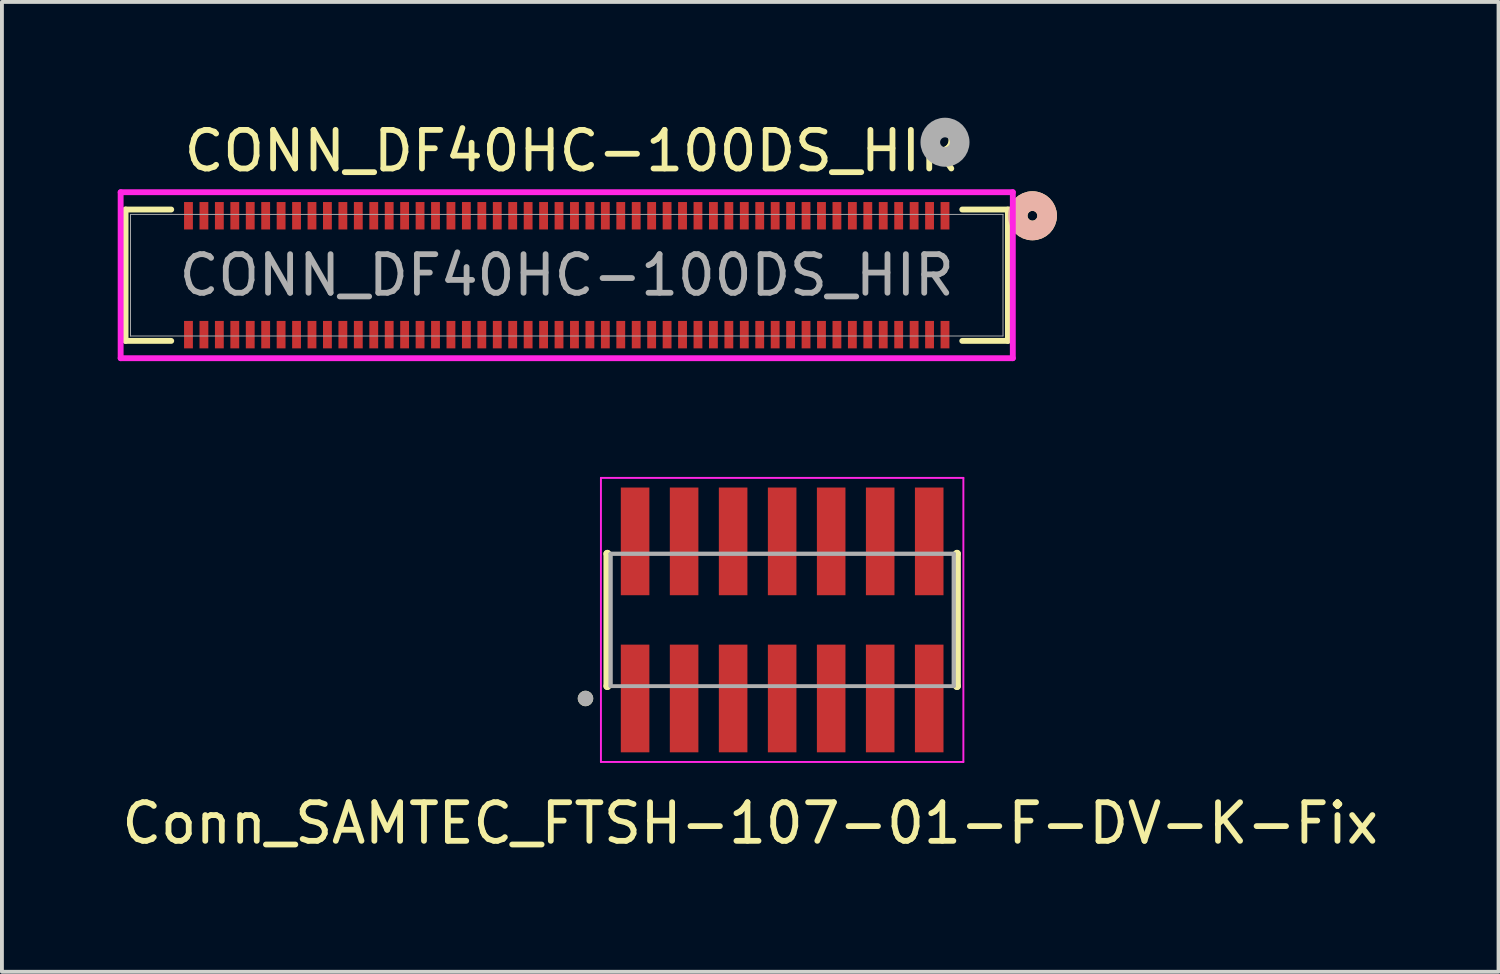
<source format=kicad_pcb>
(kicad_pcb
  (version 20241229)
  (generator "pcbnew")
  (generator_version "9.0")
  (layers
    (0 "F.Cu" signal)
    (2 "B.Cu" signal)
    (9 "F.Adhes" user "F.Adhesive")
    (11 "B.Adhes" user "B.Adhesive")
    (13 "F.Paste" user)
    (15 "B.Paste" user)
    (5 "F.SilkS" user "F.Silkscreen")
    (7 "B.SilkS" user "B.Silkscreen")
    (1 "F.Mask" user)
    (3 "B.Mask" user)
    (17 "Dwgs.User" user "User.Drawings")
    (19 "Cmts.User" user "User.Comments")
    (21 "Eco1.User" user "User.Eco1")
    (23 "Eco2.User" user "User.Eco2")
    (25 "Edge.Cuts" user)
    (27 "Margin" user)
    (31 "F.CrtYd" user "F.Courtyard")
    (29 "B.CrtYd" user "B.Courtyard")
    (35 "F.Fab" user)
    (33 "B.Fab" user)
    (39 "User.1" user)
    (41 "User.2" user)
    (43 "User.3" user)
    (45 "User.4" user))
  (footprint "Conn_SAMTEC_FTSH-107-01-F-DV-K-Fix"
    (layer "F.Cu")
    (at 17.214 13.011)
    (property "Reference" "Conn_SAMTEC_FTSH-107-01-F-DV-K-Fix" (at -0.827 5.268 0) (layer "F.SilkS") (effects (font (size 1 1) (thickness 0.15))))
    (attr smd dnp)
    (fp_line (start -4.53 -1.715) (end -4.53 -1.715) (stroke (width 0.2) (type solid)) (layer "F.SilkS"))
    (fp_line (start -4.53 1.715) (end -4.53 -1.715) (stroke (width 0.2) (type solid)) (layer "F.SilkS"))
    (fp_line (start -4.53 1.715) (end -4.53 1.715) (stroke (width 0.2) (type solid)) (layer "F.SilkS"))
    (fp_line (start 4.53 -1.715) (end 4.53 -1.715) (stroke (width 0.2) (type solid)) (layer "F.SilkS"))
    (fp_line (start 4.53 -1.715) (end 4.53 1.715) (stroke (width 0.2) (type solid)) (layer "F.SilkS"))
    (fp_line (start 4.53 1.715) (end 4.53 1.715) (stroke (width 0.2) (type solid)) (layer "F.SilkS"))
    (fp_circle (center -5.095 2.035) (end -4.995 2.035) (stroke (width 0.2) (type solid)) (fill no) (layer "F.SilkS"))
    (fp_line (start -4.695 -3.68) (end 4.695 -3.68) (stroke (width 0.05) (type solid)) (layer "F.CrtYd"))
    (fp_line (start -4.695 3.68) (end -4.695 -3.68) (stroke (width 0.05) (type solid)) (layer "F.CrtYd"))
    (fp_line (start 4.695 -3.68) (end 4.695 3.68) (stroke (width 0.05) (type solid)) (layer "F.CrtYd"))
    (fp_line (start 4.695 3.68) (end -4.695 3.68) (stroke (width 0.05) (type solid)) (layer "F.CrtYd"))
    (fp_line (start -4.445 -1.715) (end 4.445 -1.715) (stroke (width 0.1) (type solid)) (layer "F.Fab"))
    (fp_line (start -4.445 -1.715) (end 4.445 -1.715) (stroke (width 0.1) (type solid)) (layer "F.Fab"))
    (fp_line (start -4.445 1.715) (end -4.445 -1.715) (stroke (width 0.1) (type solid)) (layer "F.Fab"))
    (fp_line (start -4.445 1.715) (end -4.445 -1.715) (stroke (width 0.1) (type solid)) (layer "F.Fab"))
    (fp_line (start 4.445 -1.715) (end 4.445 1.715) (stroke (width 0.1) (type solid)) (layer "F.Fab"))
    (fp_line (start 4.445 -1.715) (end 4.445 1.715) (stroke (width 0.1) (type solid)) (layer "F.Fab"))
    (fp_line (start 4.445 1.715) (end -4.445 1.715) (stroke (width 0.1) (type solid)) (layer "F.Fab"))
    (fp_circle (center -5.095 2.035) (end -4.995 2.035) (stroke (width 0.2) (type solid)) (fill no) (layer "F.Fab"))
    (pad "1" smd rect (at -3.81 2.035) (size 0.74 2.79) (layers "F.Cu" "F.Mask" "F.Paste"))
    (pad "2" smd rect (at -3.81 -2.035) (size 0.74 2.79) (layers "F.Cu" "F.Mask" "F.Paste"))
    (pad "3" smd rect (at -2.54 2.035) (size 0.74 2.79) (layers "F.Cu" "F.Mask" "F.Paste"))
    (pad "4" smd rect (at -2.54 -2.035) (size 0.74 2.79) (layers "F.Cu" "F.Mask" "F.Paste"))
    (pad "5" smd rect (at -1.27 2.035) (size 0.74 2.79) (layers "F.Cu" "F.Mask" "F.Paste"))
    (pad "6" smd rect (at -1.27 -2.035) (size 0.74 2.79) (layers "F.Cu" "F.Mask" "F.Paste"))
    (pad "7" smd rect (at 0 2.035) (size 0.74 2.79) (layers "F.Cu" "F.Mask" "F.Paste"))
    (pad "8" smd rect (at 0 -2.035) (size 0.74 2.79) (layers "F.Cu" "F.Mask" "F.Paste"))
    (pad "9" smd rect (at 1.27 2.035) (size 0.74 2.79) (layers "F.Cu" "F.Mask" "F.Paste"))
    (pad "10" smd rect (at 1.27 -2.035) (size 0.74 2.79) (layers "F.Cu" "F.Mask" "F.Paste"))
    (pad "11" smd rect (at 2.54 2.035) (size 0.74 2.79) (layers "F.Cu" "F.Mask" "F.Paste"))
    (pad "12" smd rect (at 2.54 -2.035) (size 0.74 2.79) (layers "F.Cu" "F.Mask" "F.Paste"))
    (pad "13" smd rect (at 3.81 2.035) (size 0.74 2.79) (layers "F.Cu" "F.Mask" "F.Paste"))
    (pad "14" smd rect (at 3.81 -2.035) (size 0.74 2.79) (layers "F.Cu" "F.Mask" "F.Paste")))
  (footprint "CONN_DF40HC-100DS_HIR"
    (layer "F.Cu")
    (at 11.633 4.08)
    (property "Reference" "CONN_DF40HC-100DS_HIR" (at 0.13 -3.22 0) (unlocked yes) (layer "F.SilkS") (effects (font (size 1 1) (thickness 0.15))))
    (attr smd)
    (fp_line (start -11.43 -1.702) (end -11.43 1.702) (stroke (width 0.152) (type solid)) (layer "F.SilkS"))
    (fp_line (start -11.43 1.702) (end -10.247 1.702) (stroke (width 0.152) (type solid)) (layer "F.SilkS"))
    (fp_line (start -10.247 -1.702) (end -11.43 -1.702) (stroke (width 0.152) (type solid)) (layer "F.SilkS"))
    (fp_line (start 10.247 1.702) (end 11.43 1.702) (stroke (width 0.152) (type solid)) (layer "F.SilkS"))
    (fp_line (start 11.43 -1.702) (end 10.247 -1.702) (stroke (width 0.152) (type solid)) (layer "F.SilkS"))
    (fp_line (start 11.43 1.702) (end 11.43 -1.702) (stroke (width 0.152) (type solid)) (layer "F.SilkS"))
    (fp_circle (center 12.065 -1.54) (end 12.446 -1.54) (stroke (width 0.508) (type solid)) (fill no) (layer "F.SilkS"))
    (fp_circle (center 12.065 -1.54) (end 12.446 -1.54) (stroke (width 0.508) (type solid)) (fill no) (layer "B.SilkS"))
    (fp_line (start -11.557 -2.15) (end -11.557 2.15) (stroke (width 0.152) (type solid)) (layer "F.CrtYd"))
    (fp_line (start -11.557 2.15) (end 11.557 2.15) (stroke (width 0.152) (type solid)) (layer "F.CrtYd"))
    (fp_line (start 11.557 -2.15) (end -11.557 -2.15) (stroke (width 0.152) (type solid)) (layer "F.CrtYd"))
    (fp_line (start 11.557 2.15) (end 11.557 -2.15) (stroke (width 0.152) (type solid)) (layer "F.CrtYd"))
    (fp_line (start -11.303 -1.575) (end -11.303 1.575) (stroke (width 0.025) (type solid)) (layer "F.Fab"))
    (fp_line (start -11.303 1.575) (end 11.303 1.575) (stroke (width 0.025) (type solid)) (layer "F.Fab"))
    (fp_line (start 11.303 -1.575) (end -11.303 -1.575) (stroke (width 0.025) (type solid)) (layer "F.Fab"))
    (fp_line (start 11.303 1.575) (end 11.303 -1.575) (stroke (width 0.025) (type solid)) (layer "F.Fab"))
    (fp_circle (center 9.8 -3.445) (end 10.181 -3.445) (stroke (width 0.508) (type solid)) (fill no) (layer "F.Fab"))
    (fp_text user "${REFERENCE}" (at 0 0 0) (unlocked yes) (layer "F.Fab") (effects (font (size 1 1) (thickness 0.15))))
    (pad "1" smd rect (at 9.8 -1.54) (size 0.229 0.711) (layers "F.Cu" "F.Mask" "F.Paste"))
    (pad "2" smd rect (at 9.4 -1.54) (size 0.229 0.711) (layers "F.Cu" "F.Mask" "F.Paste"))
    (pad "3" smd rect (at 9 -1.54) (size 0.229 0.711) (layers "F.Cu" "F.Mask" "F.Paste"))
    (pad "4" smd rect (at 8.6 -1.54) (size 0.229 0.711) (layers "F.Cu" "F.Mask" "F.Paste"))
    (pad "5" smd rect (at 8.2 -1.54) (size 0.229 0.711) (layers "F.Cu" "F.Mask" "F.Paste"))
    (pad "6" smd rect (at 7.8 -1.54) (size 0.229 0.711) (layers "F.Cu" "F.Mask" "F.Paste"))
    (pad "7" smd rect (at 7.4 -1.54) (size 0.229 0.711) (layers "F.Cu" "F.Mask" "F.Paste"))
    (pad "8" smd rect (at 7 -1.54) (size 0.229 0.711) (layers "F.Cu" "F.Mask" "F.Paste"))
    (pad "9" smd rect (at 6.6 -1.54) (size 0.229 0.711) (layers "F.Cu" "F.Mask" "F.Paste"))
    (pad "10" smd rect (at 6.2 -1.54) (size 0.229 0.711) (layers "F.Cu" "F.Mask" "F.Paste"))
    (pad "11" smd rect (at 5.8 -1.54) (size 0.229 0.711) (layers "F.Cu" "F.Mask" "F.Paste"))
    (pad "12" smd rect (at 5.4 -1.54) (size 0.229 0.711) (layers "F.Cu" "F.Mask" "F.Paste"))
    (pad "13" smd rect (at 5 -1.54) (size 0.229 0.711) (layers "F.Cu" "F.Mask" "F.Paste"))
    (pad "14" smd rect (at 4.6 -1.54) (size 0.229 0.711) (layers "F.Cu" "F.Mask" "F.Paste"))
    (pad "15" smd rect (at 4.2 -1.54) (size 0.229 0.711) (layers "F.Cu" "F.Mask" "F.Paste"))
    (pad "16" smd rect (at 3.8 -1.54) (size 0.229 0.711) (layers "F.Cu" "F.Mask" "F.Paste"))
    (pad "17" smd rect (at 3.4 -1.54) (size 0.229 0.711) (layers "F.Cu" "F.Mask" "F.Paste"))
    (pad "18" smd rect (at 3 -1.54) (size 0.229 0.711) (layers "F.Cu" "F.Mask" "F.Paste"))
    (pad "19" smd rect (at 2.6 -1.54) (size 0.229 0.711) (layers "F.Cu" "F.Mask" "F.Paste"))
    (pad "20" smd rect (at 2.2 -1.54) (size 0.229 0.711) (layers "F.Cu" "F.Mask" "F.Paste"))
    (pad "21" smd rect (at 1.8 -1.54) (size 0.229 0.711) (layers "F.Cu" "F.Mask" "F.Paste"))
    (pad "22" smd rect (at 1.4 -1.54) (size 0.229 0.711) (layers "F.Cu" "F.Mask" "F.Paste"))
    (pad "23" smd rect (at 1 -1.54) (size 0.229 0.711) (layers "F.Cu" "F.Mask" "F.Paste"))
    (pad "24" smd rect (at 0.6 -1.54) (size 0.229 0.711) (layers "F.Cu" "F.Mask" "F.Paste"))
    (pad "25" smd rect (at 0.2 -1.54) (size 0.229 0.711) (layers "F.Cu" "F.Mask" "F.Paste"))
    (pad "26" smd rect (at -0.2 -1.54) (size 0.229 0.711) (layers "F.Cu" "F.Mask" "F.Paste"))
    (pad "27" smd rect (at -0.6 -1.54) (size 0.229 0.711) (layers "F.Cu" "F.Mask" "F.Paste"))
    (pad "28" smd rect (at -1 -1.54) (size 0.229 0.711) (layers "F.Cu" "F.Mask" "F.Paste"))
    (pad "29" smd rect (at -1.4 -1.54) (size 0.229 0.711) (layers "F.Cu" "F.Mask" "F.Paste"))
    (pad "30" smd rect (at -1.8 -1.54) (size 0.229 0.711) (layers "F.Cu" "F.Mask" "F.Paste"))
    (pad "31" smd rect (at -2.2 -1.54) (size 0.229 0.711) (layers "F.Cu" "F.Mask" "F.Paste"))
    (pad "32" smd rect (at -2.6 -1.54) (size 0.229 0.711) (layers "F.Cu" "F.Mask" "F.Paste"))
    (pad "33" smd rect (at -3 -1.54) (size 0.229 0.711) (layers "F.Cu" "F.Mask" "F.Paste"))
    (pad "34" smd rect (at -3.4 -1.54) (size 0.229 0.711) (layers "F.Cu" "F.Mask" "F.Paste"))
    (pad "35" smd rect (at -3.8 -1.54) (size 0.229 0.711) (layers "F.Cu" "F.Mask" "F.Paste"))
    (pad "36" smd rect (at -4.2 -1.54) (size 0.229 0.711) (layers "F.Cu" "F.Mask" "F.Paste"))
    (pad "37" smd rect (at -4.6 -1.54) (size 0.229 0.711) (layers "F.Cu" "F.Mask" "F.Paste"))
    (pad "38" smd rect (at -5 -1.54) (size 0.229 0.711) (layers "F.Cu" "F.Mask" "F.Paste"))
    (pad "39" smd rect (at -5.4 -1.54) (size 0.229 0.711) (layers "F.Cu" "F.Mask" "F.Paste"))
    (pad "40" smd rect (at -5.8 -1.54) (size 0.229 0.711) (layers "F.Cu" "F.Mask" "F.Paste"))
    (pad "41" smd rect (at -6.2 -1.54) (size 0.229 0.711) (layers "F.Cu" "F.Mask" "F.Paste"))
    (pad "42" smd rect (at -6.6 -1.54) (size 0.229 0.711) (layers "F.Cu" "F.Mask" "F.Paste"))
    (pad "43" smd rect (at -7 -1.54) (size 0.229 0.711) (layers "F.Cu" "F.Mask" "F.Paste"))
    (pad "44" smd rect (at -7.4 -1.54) (size 0.229 0.711) (layers "F.Cu" "F.Mask" "F.Paste"))
    (pad "45" smd rect (at -7.8 -1.54) (size 0.229 0.711) (layers "F.Cu" "F.Mask" "F.Paste"))
    (pad "46" smd rect (at -8.2 -1.54) (size 0.229 0.711) (layers "F.Cu" "F.Mask" "F.Paste"))
    (pad "47" smd rect (at -8.6 -1.54) (size 0.229 0.711) (layers "F.Cu" "F.Mask" "F.Paste"))
    (pad "48" smd rect (at -9 -1.54) (size 0.229 0.711) (layers "F.Cu" "F.Mask" "F.Paste"))
    (pad "49" smd rect (at -9.4 -1.54) (size 0.229 0.711) (layers "F.Cu" "F.Mask" "F.Paste"))
    (pad "50" smd rect (at -9.8 -1.54) (size 0.229 0.711) (layers "F.Cu" "F.Mask" "F.Paste"))
    (pad "51" smd rect (at 9.8 1.54) (size 0.229 0.711) (layers "F.Cu" "F.Mask" "F.Paste"))
    (pad "52" smd rect (at 9.4 1.54) (size 0.229 0.711) (layers "F.Cu" "F.Mask" "F.Paste"))
    (pad "53" smd rect (at 9 1.54) (size 0.229 0.711) (layers "F.Cu" "F.Mask" "F.Paste"))
    (pad "54" smd rect (at 8.6 1.54) (size 0.229 0.711) (layers "F.Cu" "F.Mask" "F.Paste"))
    (pad "55" smd rect (at 8.2 1.54) (size 0.229 0.711) (layers "F.Cu" "F.Mask" "F.Paste"))
    (pad "56" smd rect (at 7.8 1.54) (size 0.229 0.711) (layers "F.Cu" "F.Mask" "F.Paste"))
    (pad "57" smd rect (at 7.4 1.54) (size 0.229 0.711) (layers "F.Cu" "F.Mask" "F.Paste"))
    (pad "58" smd rect (at 7 1.54) (size 0.229 0.711) (layers "F.Cu" "F.Mask" "F.Paste"))
    (pad "59" smd rect (at 6.6 1.54) (size 0.229 0.711) (layers "F.Cu" "F.Mask" "F.Paste"))
    (pad "60" smd rect (at 6.2 1.54) (size 0.229 0.711) (layers "F.Cu" "F.Mask" "F.Paste"))
    (pad "61" smd rect (at 5.8 1.54) (size 0.229 0.711) (layers "F.Cu" "F.Mask" "F.Paste"))
    (pad "62" smd rect (at 5.4 1.54) (size 0.229 0.711) (layers "F.Cu" "F.Mask" "F.Paste"))
    (pad "63" smd rect (at 5 1.54) (size 0.229 0.711) (layers "F.Cu" "F.Mask" "F.Paste"))
    (pad "64" smd rect (at 4.6 1.54) (size 0.229 0.711) (layers "F.Cu" "F.Mask" "F.Paste"))
    (pad "65" smd rect (at 4.2 1.54) (size 0.229 0.711) (layers "F.Cu" "F.Mask" "F.Paste"))
    (pad "66" smd rect (at 3.8 1.54) (size 0.229 0.711) (layers "F.Cu" "F.Mask" "F.Paste"))
    (pad "67" smd rect (at 3.4 1.54) (size 0.229 0.711) (layers "F.Cu" "F.Mask" "F.Paste"))
    (pad "68" smd rect (at 3 1.54) (size 0.229 0.711) (layers "F.Cu" "F.Mask" "F.Paste"))
    (pad "69" smd rect (at 2.6 1.54) (size 0.229 0.711) (layers "F.Cu" "F.Mask" "F.Paste"))
    (pad "70" smd rect (at 2.2 1.54) (size 0.229 0.711) (layers "F.Cu" "F.Mask" "F.Paste"))
    (pad "71" smd rect (at 1.8 1.54) (size 0.229 0.711) (layers "F.Cu" "F.Mask" "F.Paste"))
    (pad "72" smd rect (at 1.4 1.54) (size 0.229 0.711) (layers "F.Cu" "F.Mask" "F.Paste"))
    (pad "73" smd rect (at 1 1.54) (size 0.229 0.711) (layers "F.Cu" "F.Mask" "F.Paste"))
    (pad "74" smd rect (at 0.6 1.54) (size 0.229 0.711) (layers "F.Cu" "F.Mask" "F.Paste"))
    (pad "75" smd rect (at 0.2 1.54) (size 0.229 0.711) (layers "F.Cu" "F.Mask" "F.Paste"))
    (pad "76" smd rect (at -0.2 1.54) (size 0.229 0.711) (layers "F.Cu" "F.Mask" "F.Paste"))
    (pad "77" smd rect (at -0.6 1.54) (size 0.229 0.711) (layers "F.Cu" "F.Mask" "F.Paste"))
    (pad "78" smd rect (at -1 1.54) (size 0.229 0.711) (layers "F.Cu" "F.Mask" "F.Paste"))
    (pad "79" smd rect (at -1.4 1.54) (size 0.229 0.711) (layers "F.Cu" "F.Mask" "F.Paste"))
    (pad "80" smd rect (at -1.8 1.54) (size 0.229 0.711) (layers "F.Cu" "F.Mask" "F.Paste"))
    (pad "81" smd rect (at -2.2 1.54) (size 0.229 0.711) (layers "F.Cu" "F.Mask" "F.Paste"))
    (pad "82" smd rect (at -2.6 1.54) (size 0.229 0.711) (layers "F.Cu" "F.Mask" "F.Paste"))
    (pad "83" smd rect (at -3 1.54) (size 0.229 0.711) (layers "F.Cu" "F.Mask" "F.Paste"))
    (pad "84" smd rect (at -3.4 1.54) (size 0.229 0.711) (layers "F.Cu" "F.Mask" "F.Paste"))
    (pad "85" smd rect (at -3.8 1.54) (size 0.229 0.711) (layers "F.Cu" "F.Mask" "F.Paste"))
    (pad "86" smd rect (at -4.2 1.54) (size 0.229 0.711) (layers "F.Cu" "F.Mask" "F.Paste"))
    (pad "87" smd rect (at -4.6 1.54) (size 0.229 0.711) (layers "F.Cu" "F.Mask" "F.Paste"))
    (pad "88" smd rect (at -5 1.54) (size 0.229 0.711) (layers "F.Cu" "F.Mask" "F.Paste"))
    (pad "89" smd rect (at -5.4 1.54) (size 0.229 0.711) (layers "F.Cu" "F.Mask" "F.Paste"))
    (pad "90" smd rect (at -5.8 1.54) (size 0.229 0.711) (layers "F.Cu" "F.Mask" "F.Paste"))
    (pad "91" smd rect (at -6.2 1.54) (size 0.229 0.711) (layers "F.Cu" "F.Mask" "F.Paste"))
    (pad "92" smd rect (at -6.6 1.54) (size 0.229 0.711) (layers "F.Cu" "F.Mask" "F.Paste"))
    (pad "93" smd rect (at -7 1.54) (size 0.229 0.711) (layers "F.Cu" "F.Mask" "F.Paste"))
    (pad "94" smd rect (at -7.4 1.54) (size 0.229 0.711) (layers "F.Cu" "F.Mask" "F.Paste"))
    (pad "95" smd rect (at -7.8 1.54) (size 0.229 0.711) (layers "F.Cu" "F.Mask" "F.Paste"))
    (pad "96" smd rect (at -8.2 1.54) (size 0.229 0.711) (layers "F.Cu" "F.Mask" "F.Paste"))
    (pad "97" smd rect (at -8.6 1.54) (size 0.229 0.711) (layers "F.Cu" "F.Mask" "F.Paste"))
    (pad "98" smd rect (at -9 1.54) (size 0.229 0.711) (layers "F.Cu" "F.Mask" "F.Paste"))
    (pad "99" smd rect (at -9.4 1.54) (size 0.229 0.711) (layers "F.Cu" "F.Mask" "F.Paste"))
    (pad "100" smd rect (at -9.8 1.54) (size 0.229 0.711) (layers "F.Cu" "F.Mask" "F.Paste")))
  (gr_rect
    (start -3 -3)
    (end 35.774 22.127)
    (stroke (width 0.1) (type default))
    (fill no)
    (layer "Edge.Cuts")))
</source>
